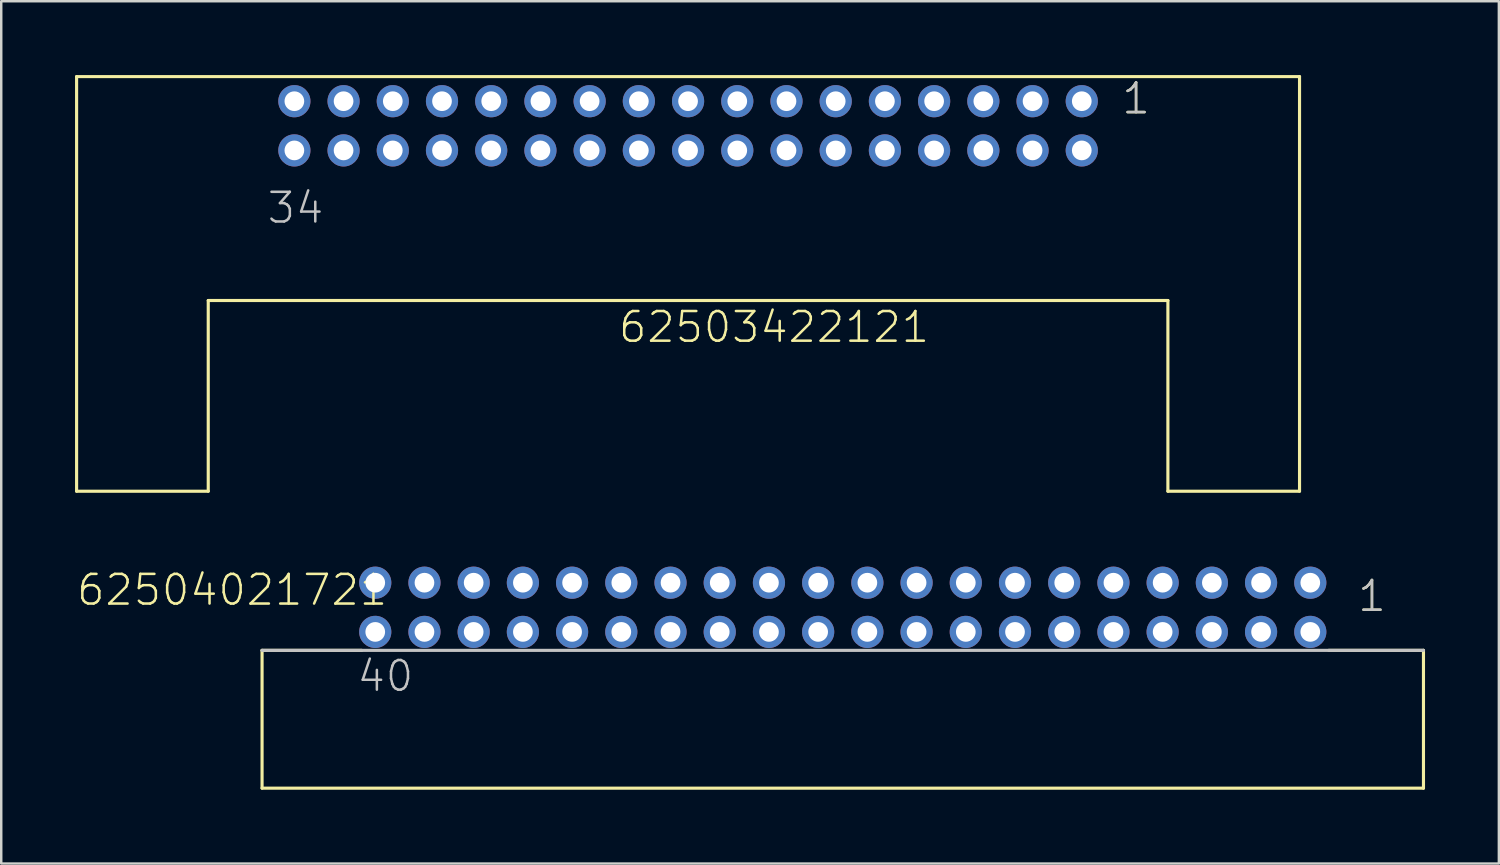
<source format=kicad_pcb>
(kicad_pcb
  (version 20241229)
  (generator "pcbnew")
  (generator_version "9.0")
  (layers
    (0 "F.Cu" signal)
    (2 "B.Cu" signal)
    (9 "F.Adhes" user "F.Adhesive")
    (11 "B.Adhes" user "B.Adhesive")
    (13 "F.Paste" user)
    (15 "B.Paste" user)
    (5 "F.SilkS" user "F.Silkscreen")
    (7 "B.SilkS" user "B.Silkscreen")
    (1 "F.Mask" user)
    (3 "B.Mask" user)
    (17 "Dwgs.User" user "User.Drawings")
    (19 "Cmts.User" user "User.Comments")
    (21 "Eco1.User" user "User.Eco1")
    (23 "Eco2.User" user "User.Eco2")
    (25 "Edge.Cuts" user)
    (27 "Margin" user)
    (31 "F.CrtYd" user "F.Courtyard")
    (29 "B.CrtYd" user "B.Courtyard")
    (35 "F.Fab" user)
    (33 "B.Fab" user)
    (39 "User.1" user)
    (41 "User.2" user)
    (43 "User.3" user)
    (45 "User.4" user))
  (footprint "62503422121"
    (layer "F.Cu")
    (at 24.913 2.063)
    (property "Reference" "62503422121" (at -2.89 8.885 0) (layer "F.SilkS") (effects (font (size 1.206 1.206) (thickness 0.102)) (justify left bottom)))
    (attr through_hole)
    (fp_line (start -24.85 -2) (end -24.85 14.85) (stroke (width 0.127) (type solid)) (layer "F.SilkS"))
    (fp_line (start -24.85 14.85) (end -19.5 14.85) (stroke (width 0.127) (type solid)) (layer "F.SilkS"))
    (fp_line (start -19.5 7.1) (end 19.5 7.1) (stroke (width 0.127) (type solid)) (layer "F.SilkS"))
    (fp_line (start -19.5 14.85) (end -19.5 7.1) (stroke (width 0.127) (type solid)) (layer "F.SilkS"))
    (fp_line (start 19.5 7.1) (end 19.5 14.85) (stroke (width 0.127) (type solid)) (layer "F.SilkS"))
    (fp_line (start 19.5 14.85) (end 24.85 14.85) (stroke (width 0.127) (type solid)) (layer "F.SilkS"))
    (fp_line (start 24.85 -2) (end -24.85 -2) (stroke (width 0.127) (type solid)) (layer "F.SilkS"))
    (fp_line (start 24.85 14.85) (end 24.85 -2) (stroke (width 0.127) (type solid)) (layer "F.SilkS"))
    (fp_text user "1" (at 17.565 -0.405 0) (layer "F.SilkS") (effects (font (size 1.206 1.206) (thickness 0.102)) (justify left bottom)))
    (fp_text user "34" (at -17.17 4.04 0) (layer "Dwgs.User") (effects (font (size 1.206 1.206) (thickness 0.102)) (justify left bottom)))
    (fp_text user "1" (at 17.565 -0.405 0) (layer "Dwgs.User") (effects (font (size 1.206 1.206) (thickness 0.102)) (justify left bottom)))
    (pad "1" thru_hole circle (at 16 -1) (size 1.308 1.308) (drill 0.8) (layers "*.Cu" "*.Mask"))
    (pad "2" thru_hole circle (at 16 1) (size 1.308 1.308) (drill 0.8) (layers "*.Cu" "*.Mask"))
    (pad "3" thru_hole circle (at 14 -1) (size 1.308 1.308) (drill 0.8) (layers "*.Cu" "*.Mask"))
    (pad "4" thru_hole circle (at 14 1) (size 1.308 1.308) (drill 0.8) (layers "*.Cu" "*.Mask"))
    (pad "5" thru_hole circle (at 12 -1) (size 1.308 1.308) (drill 0.8) (layers "*.Cu" "*.Mask"))
    (pad "6" thru_hole circle (at 12 1) (size 1.308 1.308) (drill 0.8) (layers "*.Cu" "*.Mask"))
    (pad "7" thru_hole circle (at 10 -1) (size 1.308 1.308) (drill 0.8) (layers "*.Cu" "*.Mask"))
    (pad "8" thru_hole circle (at 10 1) (size 1.308 1.308) (drill 0.8) (layers "*.Cu" "*.Mask"))
    (pad "9" thru_hole circle (at 8 -1) (size 1.308 1.308) (drill 0.8) (layers "*.Cu" "*.Mask"))
    (pad "10" thru_hole circle (at 8 1) (size 1.308 1.308) (drill 0.8) (layers "*.Cu" "*.Mask"))
    (pad "11" thru_hole circle (at 6 -1) (size 1.308 1.308) (drill 0.8) (layers "*.Cu" "*.Mask"))
    (pad "12" thru_hole circle (at 6 1) (size 1.308 1.308) (drill 0.8) (layers "*.Cu" "*.Mask"))
    (pad "13" thru_hole circle (at 4 -1) (size 1.308 1.308) (drill 0.8) (layers "*.Cu" "*.Mask"))
    (pad "14" thru_hole circle (at 4 1) (size 1.308 1.308) (drill 0.8) (layers "*.Cu" "*.Mask"))
    (pad "15" thru_hole circle (at 2 -1) (size 1.308 1.308) (drill 0.8) (layers "*.Cu" "*.Mask"))
    (pad "16" thru_hole circle (at 2 1) (size 1.308 1.308) (drill 0.8) (layers "*.Cu" "*.Mask"))
    (pad "17" thru_hole circle (at 0 -1) (size 1.308 1.308) (drill 0.8) (layers "*.Cu" "*.Mask"))
    (pad "18" thru_hole circle (at 0 1) (size 1.308 1.308) (drill 0.8) (layers "*.Cu" "*.Mask"))
    (pad "19" thru_hole circle (at -2 -1) (size 1.308 1.308) (drill 0.8) (layers "*.Cu" "*.Mask"))
    (pad "20" thru_hole circle (at -2 1) (size 1.308 1.308) (drill 0.8) (layers "*.Cu" "*.Mask"))
    (pad "21" thru_hole circle (at -4 -1) (size 1.308 1.308) (drill 0.8) (layers "*.Cu" "*.Mask"))
    (pad "22" thru_hole circle (at -4 1) (size 1.308 1.308) (drill 0.8) (layers "*.Cu" "*.Mask"))
    (pad "23" thru_hole circle (at -6 -1) (size 1.308 1.308) (drill 0.8) (layers "*.Cu" "*.Mask"))
    (pad "24" thru_hole circle (at -6 1) (size 1.308 1.308) (drill 0.8) (layers "*.Cu" "*.Mask"))
    (pad "25" thru_hole circle (at -8 -1) (size 1.308 1.308) (drill 0.8) (layers "*.Cu" "*.Mask"))
    (pad "26" thru_hole circle (at -8 1) (size 1.308 1.308) (drill 0.8) (layers "*.Cu" "*.Mask"))
    (pad "27" thru_hole circle (at -10 -1) (size 1.308 1.308) (drill 0.8) (layers "*.Cu" "*.Mask"))
    (pad "28" thru_hole circle (at -10 1) (size 1.308 1.308) (drill 0.8) (layers "*.Cu" "*.Mask"))
    (pad "29" thru_hole circle (at -12 -1) (size 1.308 1.308) (drill 0.8) (layers "*.Cu" "*.Mask"))
    (pad "30" thru_hole circle (at -12 1) (size 1.308 1.308) (drill 0.8) (layers "*.Cu" "*.Mask"))
    (pad "31" thru_hole circle (at -14 -1) (size 1.308 1.308) (drill 0.8) (layers "*.Cu" "*.Mask"))
    (pad "32" thru_hole circle (at -14 1) (size 1.308 1.308) (drill 0.8) (layers "*.Cu" "*.Mask"))
    (pad "33" thru_hole circle (at -16 -1) (size 1.308 1.308) (drill 0.8) (layers "*.Cu" "*.Mask"))
    (pad "34" thru_hole circle (at -16 1) (size 1.308 1.308) (drill 0.8) (layers "*.Cu" "*.Mask")))
  (footprint "62504021721"
    (layer "F.Cu")
    (at 31.2 21.631)
    (property "Reference" "62504021721" (at -31.2 0 0) (layer "F.SilkS") (effects (font (size 1.206 1.206) (thickness 0.102)) (justify left bottom)))
    (attr through_hole)
    (fp_line (start -23.6 1.75) (end -23.6 7.35) (stroke (width 0.127) (type solid)) (layer "F.SilkS"))
    (fp_line (start -23.6 7.35) (end 23.6 7.35) (stroke (width 0.127) (type solid)) (layer "F.SilkS"))
    (fp_line (start -19.55 1.75) (end -23.6 1.75) (stroke (width 0.127) (type solid)) (layer "F.SilkS"))
    (fp_line (start 19.75 1.75) (end 23.6 1.75) (stroke (width 0.127) (type solid)) (layer "F.SilkS"))
    (fp_line (start 23.6 7.35) (end 23.6 1.75) (stroke (width 0.127) (type solid)) (layer "F.SilkS"))
    (fp_line (start 23.6 1.75) (end -23.6 1.75) (stroke (width 0.127) (type solid)) (layer "Dwgs.User"))
    (fp_text user "1" (at 20.865 0.25 0) (layer "F.SilkS") (effects (font (size 1.206 1.206) (thickness 0.102)) (justify left bottom)))
    (fp_text user "40" (at -19.805 3.5 0) (layer "Dwgs.User") (effects (font (size 1.206 1.206) (thickness 0.102)) (justify left bottom)))
    (fp_text user "1" (at 20.865 0.25 0) (layer "Dwgs.User") (effects (font (size 1.206 1.206) (thickness 0.102)) (justify left bottom)))
    (pad "1" thru_hole circle (at 19 -1 180) (size 1.308 1.308) (drill 0.8) (layers "*.Cu" "*.Mask"))
    (pad "2" thru_hole circle (at 19 1 180) (size 1.308 1.308) (drill 0.8) (layers "*.Cu" "*.Mask"))
    (pad "3" thru_hole circle (at 17 -1 180) (size 1.308 1.308) (drill 0.8) (layers "*.Cu" "*.Mask"))
    (pad "4" thru_hole circle (at 17 1 180) (size 1.308 1.308) (drill 0.8) (layers "*.Cu" "*.Mask"))
    (pad "5" thru_hole circle (at 15 -1 180) (size 1.308 1.308) (drill 0.8) (layers "*.Cu" "*.Mask"))
    (pad "6" thru_hole circle (at 15 1 180) (size 1.308 1.308) (drill 0.8) (layers "*.Cu" "*.Mask"))
    (pad "7" thru_hole circle (at 13 -1 180) (size 1.308 1.308) (drill 0.8) (layers "*.Cu" "*.Mask"))
    (pad "8" thru_hole circle (at 13 1 180) (size 1.308 1.308) (drill 0.8) (layers "*.Cu" "*.Mask"))
    (pad "9" thru_hole circle (at 11 -1 180) (size 1.308 1.308) (drill 0.8) (layers "*.Cu" "*.Mask"))
    (pad "10" thru_hole circle (at 11 1 180) (size 1.308 1.308) (drill 0.8) (layers "*.Cu" "*.Mask"))
    (pad "11" thru_hole circle (at 9 -1 180) (size 1.308 1.308) (drill 0.8) (layers "*.Cu" "*.Mask"))
    (pad "12" thru_hole circle (at 9 1 180) (size 1.308 1.308) (drill 0.8) (layers "*.Cu" "*.Mask"))
    (pad "13" thru_hole circle (at 7 -1 180) (size 1.308 1.308) (drill 0.8) (layers "*.Cu" "*.Mask"))
    (pad "14" thru_hole circle (at 7 1 180) (size 1.308 1.308) (drill 0.8) (layers "*.Cu" "*.Mask"))
    (pad "15" thru_hole circle (at 5 -1 180) (size 1.308 1.308) (drill 0.8) (layers "*.Cu" "*.Mask"))
    (pad "16" thru_hole circle (at 5 1 180) (size 1.308 1.308) (drill 0.8) (layers "*.Cu" "*.Mask"))
    (pad "17" thru_hole circle (at 3 -1 180) (size 1.308 1.308) (drill 0.8) (layers "*.Cu" "*.Mask"))
    (pad "18" thru_hole circle (at 3 1 180) (size 1.308 1.308) (drill 0.8) (layers "*.Cu" "*.Mask"))
    (pad "19" thru_hole circle (at 1 -1 180) (size 1.308 1.308) (drill 0.8) (layers "*.Cu" "*.Mask"))
    (pad "20" thru_hole circle (at 1 1 180) (size 1.308 1.308) (drill 0.8) (layers "*.Cu" "*.Mask"))
    (pad "21" thru_hole circle (at -1 -1 180) (size 1.308 1.308) (drill 0.8) (layers "*.Cu" "*.Mask"))
    (pad "22" thru_hole circle (at -1 1 180) (size 1.308 1.308) (drill 0.8) (layers "*.Cu" "*.Mask"))
    (pad "23" thru_hole circle (at -3 -1 180) (size 1.308 1.308) (drill 0.8) (layers "*.Cu" "*.Mask"))
    (pad "24" thru_hole circle (at -3 1 180) (size 1.308 1.308) (drill 0.8) (layers "*.Cu" "*.Mask"))
    (pad "25" thru_hole circle (at -5 -1 180) (size 1.308 1.308) (drill 0.8) (layers "*.Cu" "*.Mask"))
    (pad "26" thru_hole circle (at -5 1 180) (size 1.308 1.308) (drill 0.8) (layers "*.Cu" "*.Mask"))
    (pad "27" thru_hole circle (at -7 -1 180) (size 1.308 1.308) (drill 0.8) (layers "*.Cu" "*.Mask"))
    (pad "28" thru_hole circle (at -7 1 180) (size 1.308 1.308) (drill 0.8) (layers "*.Cu" "*.Mask"))
    (pad "29" thru_hole circle (at -9 -1 180) (size 1.308 1.308) (drill 0.8) (layers "*.Cu" "*.Mask"))
    (pad "30" thru_hole circle (at -9 1 180) (size 1.308 1.308) (drill 0.8) (layers "*.Cu" "*.Mask"))
    (pad "31" thru_hole circle (at -11 -1 180) (size 1.308 1.308) (drill 0.8) (layers "*.Cu" "*.Mask"))
    (pad "32" thru_hole circle (at -11 1 180) (size 1.308 1.308) (drill 0.8) (layers "*.Cu" "*.Mask"))
    (pad "33" thru_hole circle (at -13 -1 180) (size 1.308 1.308) (drill 0.8) (layers "*.Cu" "*.Mask"))
    (pad "34" thru_hole circle (at -13 1 180) (size 1.308 1.308) (drill 0.8) (layers "*.Cu" "*.Mask"))
    (pad "35" thru_hole circle (at -15 -1 180) (size 1.308 1.308) (drill 0.8) (layers "*.Cu" "*.Mask"))
    (pad "36" thru_hole circle (at -15 1 180) (size 1.308 1.308) (drill 0.8) (layers "*.Cu" "*.Mask"))
    (pad "37" thru_hole circle (at -17 -1 180) (size 1.308 1.308) (drill 0.8) (layers "*.Cu" "*.Mask"))
    (pad "38" thru_hole circle (at -17 1 180) (size 1.308 1.308) (drill 0.8) (layers "*.Cu" "*.Mask"))
    (pad "39" thru_hole circle (at -19 -1 180) (size 1.308 1.308) (drill 0.8) (layers "*.Cu" "*.Mask"))
    (pad "40" thru_hole circle (at -19 1 180) (size 1.308 1.308) (drill 0.8) (layers "*.Cu" "*.Mask")))
  (gr_rect
    (start -3 -3)
    (end 57.864 32.044)
    (stroke (width 0.1) (type default))
    (fill no)
    (layer "Edge.Cuts")))
</source>
